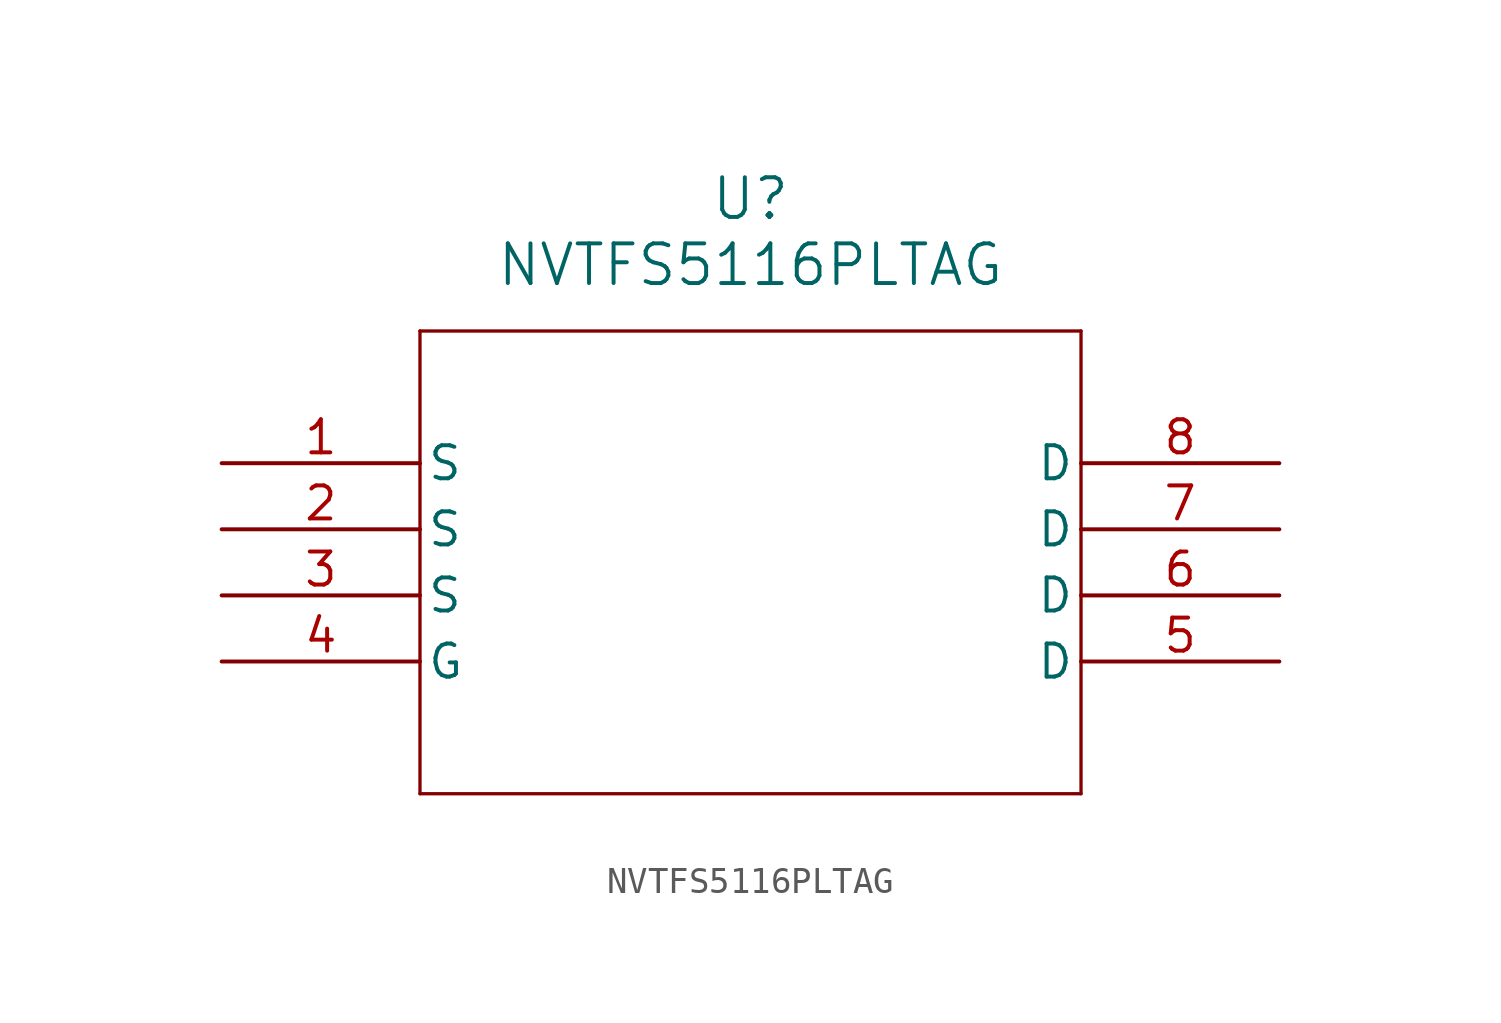
<source format=kicad_sym>
(kicad_symbol_lib
  (version 20211014)
  (generator kicad_symbol_editor)
  (symbol "NVTFS5116PLTAG"
    (pin_names
      (offset 0.254))
    (property "Reference" "U"
      (at 20.32 10.16 0)
      (effects (font (size 1.524 1.524))))
    (property "Value" "NVTFS5116PLTAG"
      (at 20.32 7.62 0)
      (effects (font (size 1.524 1.524))))
    (symbol "NVTFS5116PLTAG_0_1"
      (polyline (pts (xy 7.62 5.08) (xy 7.62 -12.7)) (stroke (width 0.127) (type default) (color 0 0 0 0)) (fill (type none)))
      (polyline (pts (xy 7.62 -12.7) (xy 33.02 -12.7)) (stroke (width 0.127) (type default) (color 0 0 0 0)) (fill (type none)))
      (polyline (pts (xy 33.02 -12.7) (xy 33.02 5.08)) (stroke (width 0.127) (type default) (color 0 0 0 0)) (fill (type none)))
      (polyline (pts (xy 33.02 5.08) (xy 7.62 5.08)) (stroke (width 0.127) (type default) (color 0 0 0 0)) (fill (type none)))
      (pin input line (at 0 0 0) (length 7.62) (name "S" (effects (font (size 1.27 1.27)))) (number "1" (effects (font (size 1.27 1.27)))))
      (pin input line (at 0 -2.54 0) (length 7.62) (name "S" (effects (font (size 1.27 1.27)))) (number "2" (effects (font (size 1.27 1.27)))))
      (pin input line (at 0 -5.08 0) (length 7.62) (name "S" (effects (font (size 1.27 1.27)))) (number "3" (effects (font (size 1.27 1.27)))))
      (pin unspecified line (at 0 -7.62 0) (length 7.62) (name "G" (effects (font (size 1.27 1.27)))) (number "4" (effects (font (size 1.27 1.27)))))
      (pin output line (at 40.64 -7.62 180) (length 7.62) (name "D" (effects (font (size 1.27 1.27)))) (number "5" (effects (font (size 1.27 1.27)))))
      (pin output line (at 40.64 -5.08 180) (length 7.62) (name "D" (effects (font (size 1.27 1.27)))) (number "6" (effects (font (size 1.27 1.27)))))
      (pin output line (at 40.64 -2.54 180) (length 7.62) (name "D" (effects (font (size 1.27 1.27)))) (number "7" (effects (font (size 1.27 1.27)))))
      (pin output line (at 40.64 0 180) (length 7.62) (name "D" (effects (font (size 1.27 1.27)))) (number "8" (effects (font (size 1.27 1.27))))))))
</source>
